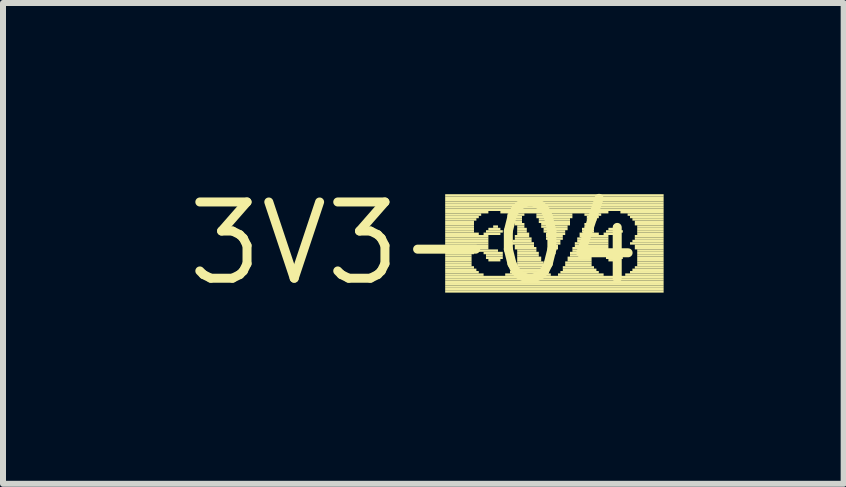
<source format=kicad_pcb>
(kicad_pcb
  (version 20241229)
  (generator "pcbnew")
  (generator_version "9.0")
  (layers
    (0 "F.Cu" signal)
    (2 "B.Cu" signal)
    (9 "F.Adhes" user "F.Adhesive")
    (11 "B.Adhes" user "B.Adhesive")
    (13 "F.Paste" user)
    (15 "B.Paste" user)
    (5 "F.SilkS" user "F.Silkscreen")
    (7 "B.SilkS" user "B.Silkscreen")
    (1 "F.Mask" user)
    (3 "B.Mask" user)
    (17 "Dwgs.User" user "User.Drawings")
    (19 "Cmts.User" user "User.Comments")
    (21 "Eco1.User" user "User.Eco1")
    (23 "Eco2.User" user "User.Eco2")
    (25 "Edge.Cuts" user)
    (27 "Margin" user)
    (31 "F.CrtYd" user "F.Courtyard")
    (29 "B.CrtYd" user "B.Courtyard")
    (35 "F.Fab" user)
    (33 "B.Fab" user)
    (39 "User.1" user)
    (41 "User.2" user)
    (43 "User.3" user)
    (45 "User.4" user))
  (footprint "3V3-04"
    (layer "F.Cu")
    (at 3.848 1.006)
    (property "Reference" "3V3-04" (at 0 0 0) (layer "F.SilkS") (effects (font (size 1.27 1.27) (thickness 0.15))))
    (attr through_hole)
    (fp_poly (pts (xy 0.52 -0.78) (xy 4.16 -0.78) (xy 4.16 -0.82) (xy 0.52 -0.82)) (stroke (width 0) (type solid)) (fill yes) (layer "F.SilkS"))
    (fp_poly (pts (xy 0.52 -0.74) (xy 4.16 -0.74) (xy 4.16 -0.78) (xy 0.52 -0.78)) (stroke (width 0) (type solid)) (fill yes) (layer "F.SilkS"))
    (fp_poly (pts (xy 0.52 -0.7) (xy 4.16 -0.7) (xy 4.16 -0.74) (xy 0.52 -0.74)) (stroke (width 0) (type solid)) (fill yes) (layer "F.SilkS"))
    (fp_poly (pts (xy 0.52 -0.66) (xy 4.16 -0.66) (xy 4.16 -0.7) (xy 0.52 -0.7)) (stroke (width 0) (type solid)) (fill yes) (layer "F.SilkS"))
    (fp_poly (pts (xy 0.52 -0.62) (xy 4.16 -0.62) (xy 4.16 -0.66) (xy 0.52 -0.66)) (stroke (width 0) (type solid)) (fill yes) (layer "F.SilkS"))
    (fp_poly (pts (xy 0.52 -0.58) (xy 4.16 -0.58) (xy 4.16 -0.62) (xy 0.52 -0.62)) (stroke (width 0) (type solid)) (fill yes) (layer "F.SilkS"))
    (fp_poly (pts (xy 0.52 -0.54) (xy 4.16 -0.54) (xy 4.16 -0.58) (xy 0.52 -0.58)) (stroke (width 0) (type solid)) (fill yes) (layer "F.SilkS"))
    (fp_poly (pts (xy 0.52 -0.5) (xy 1.24 -0.5) (xy 1.24 -0.54) (xy 0.52 -0.54)) (stroke (width 0) (type solid)) (fill yes) (layer "F.SilkS"))
    (fp_poly (pts (xy 0.52 -0.46) (xy 1.12 -0.46) (xy 1.12 -0.5) (xy 0.52 -0.5)) (stroke (width 0) (type solid)) (fill yes) (layer "F.SilkS"))
    (fp_poly (pts (xy 0.52 -0.42) (xy 1.08 -0.42) (xy 1.08 -0.46) (xy 0.52 -0.46)) (stroke (width 0) (type solid)) (fill yes) (layer "F.SilkS"))
    (fp_poly (pts (xy 0.52 -0.38) (xy 1.04 -0.38) (xy 1.04 -0.42) (xy 0.52 -0.42)) (stroke (width 0) (type solid)) (fill yes) (layer "F.SilkS"))
    (fp_poly (pts (xy 0.52 -0.34) (xy 1 -0.34) (xy 1 -0.38) (xy 0.52 -0.38)) (stroke (width 0) (type solid)) (fill yes) (layer "F.SilkS"))
    (fp_poly (pts (xy 0.52 -0.3) (xy 1 -0.3) (xy 1 -0.34) (xy 0.52 -0.34)) (stroke (width 0) (type solid)) (fill yes) (layer "F.SilkS"))
    (fp_poly (pts (xy 0.52 -0.26) (xy 1 -0.26) (xy 1 -0.3) (xy 0.52 -0.3)) (stroke (width 0) (type solid)) (fill yes) (layer "F.SilkS"))
    (fp_poly (pts (xy 0.52 -0.22) (xy 1 -0.22) (xy 1 -0.26) (xy 0.52 -0.26)) (stroke (width 0) (type solid)) (fill yes) (layer "F.SilkS"))
    (fp_poly (pts (xy 0.52 -0.18) (xy 1 -0.18) (xy 1 -0.22) (xy 0.52 -0.22)) (stroke (width 0) (type solid)) (fill yes) (layer "F.SilkS"))
    (fp_poly (pts (xy 0.52 -0.14) (xy 1.08 -0.14) (xy 1.08 -0.18) (xy 0.52 -0.18)) (stroke (width 0) (type solid)) (fill yes) (layer "F.SilkS"))
    (fp_poly (pts (xy 0.52 -0.1) (xy 1.24 -0.1) (xy 1.24 -0.14) (xy 0.52 -0.14)) (stroke (width 0) (type solid)) (fill yes) (layer "F.SilkS"))
    (fp_poly (pts (xy 0.52 -0.06) (xy 1.24 -0.06) (xy 1.24 -0.1) (xy 0.52 -0.1)) (stroke (width 0) (type solid)) (fill yes) (layer "F.SilkS"))
    (fp_poly (pts (xy 0.52 -0.02) (xy 1.24 -0.02) (xy 1.24 -0.06) (xy 0.52 -0.06)) (stroke (width 0) (type solid)) (fill yes) (layer "F.SilkS"))
    (fp_poly (pts (xy 0.52 0.02) (xy 1.24 0.02) (xy 1.24 -0.02) (xy 0.52 -0.02)) (stroke (width 0) (type solid)) (fill yes) (layer "F.SilkS"))
    (fp_poly (pts (xy 0.52 0.06) (xy 1.24 0.06) (xy 1.24 0.02) (xy 0.52 0.02)) (stroke (width 0) (type solid)) (fill yes) (layer "F.SilkS"))
    (fp_poly (pts (xy 0.52 0.1) (xy 1.24 0.1) (xy 1.24 0.06) (xy 0.52 0.06)) (stroke (width 0) (type solid)) (fill yes) (layer "F.SilkS"))
    (fp_poly (pts (xy 0.52 0.14) (xy 1.4 0.14) (xy 1.4 0.1) (xy 0.52 0.1)) (stroke (width 0) (type solid)) (fill yes) (layer "F.SilkS"))
    (fp_poly (pts (xy 0.52 0.18) (xy 1 0.18) (xy 1 0.14) (xy 0.52 0.14)) (stroke (width 0) (type solid)) (fill yes) (layer "F.SilkS"))
    (fp_poly (pts (xy 0.52 0.22) (xy 0.96 0.22) (xy 0.96 0.18) (xy 0.52 0.18)) (stroke (width 0) (type solid)) (fill yes) (layer "F.SilkS"))
    (fp_poly (pts (xy 0.52 0.26) (xy 0.96 0.26) (xy 0.96 0.22) (xy 0.52 0.22)) (stroke (width 0) (type solid)) (fill yes) (layer "F.SilkS"))
    (fp_poly (pts (xy 0.52 0.3) (xy 0.96 0.3) (xy 0.96 0.26) (xy 0.52 0.26)) (stroke (width 0) (type solid)) (fill yes) (layer "F.SilkS"))
    (fp_poly (pts (xy 0.52 0.34) (xy 0.96 0.34) (xy 0.96 0.3) (xy 0.52 0.3)) (stroke (width 0) (type solid)) (fill yes) (layer "F.SilkS"))
    (fp_poly (pts (xy 0.52 0.38) (xy 0.96 0.38) (xy 0.96 0.34) (xy 0.52 0.34)) (stroke (width 0) (type solid)) (fill yes) (layer "F.SilkS"))
    (fp_poly (pts (xy 0.52 0.42) (xy 1 0.42) (xy 1 0.38) (xy 0.52 0.38)) (stroke (width 0) (type solid)) (fill yes) (layer "F.SilkS"))
    (fp_poly (pts (xy 0.52 0.46) (xy 1.04 0.46) (xy 1.04 0.42) (xy 0.52 0.42)) (stroke (width 0) (type solid)) (fill yes) (layer "F.SilkS"))
    (fp_poly (pts (xy 0.52 0.5) (xy 1.08 0.5) (xy 1.08 0.46) (xy 0.52 0.46)) (stroke (width 0) (type solid)) (fill yes) (layer "F.SilkS"))
    (fp_poly (pts (xy 0.52 0.54) (xy 1.16 0.54) (xy 1.16 0.5) (xy 0.52 0.5)) (stroke (width 0) (type solid)) (fill yes) (layer "F.SilkS"))
    (fp_poly (pts (xy 0.52 0.58) (xy 4.16 0.58) (xy 4.16 0.54) (xy 0.52 0.54)) (stroke (width 0) (type solid)) (fill yes) (layer "F.SilkS"))
    (fp_poly (pts (xy 0.52 0.62) (xy 4.16 0.62) (xy 4.16 0.58) (xy 0.52 0.58)) (stroke (width 0) (type solid)) (fill yes) (layer "F.SilkS"))
    (fp_poly (pts (xy 0.52 0.66) (xy 4.16 0.66) (xy 4.16 0.62) (xy 0.52 0.62)) (stroke (width 0) (type solid)) (fill yes) (layer "F.SilkS"))
    (fp_poly (pts (xy 0.52 0.7) (xy 4.16 0.7) (xy 4.16 0.66) (xy 0.52 0.66)) (stroke (width 0) (type solid)) (fill yes) (layer "F.SilkS"))
    (fp_poly (pts (xy 0.52 0.74) (xy 4.16 0.74) (xy 4.16 0.7) (xy 0.52 0.7)) (stroke (width 0) (type solid)) (fill yes) (layer "F.SilkS"))
    (fp_poly (pts (xy 0.52 0.78) (xy 4.16 0.78) (xy 4.16 0.74) (xy 0.52 0.74)) (stroke (width 0) (type solid)) (fill yes) (layer "F.SilkS"))
    (fp_poly (pts (xy 0.52 0.82) (xy 4.16 0.82) (xy 4.16 0.78) (xy 0.52 0.78)) (stroke (width 0) (type solid)) (fill yes) (layer "F.SilkS"))
    (fp_poly (pts (xy 1.16 -0.14) (xy 1.44 -0.14) (xy 1.44 -0.18) (xy 1.16 -0.18)) (stroke (width 0) (type solid)) (fill yes) (layer "F.SilkS"))
    (fp_poly (pts (xy 1.16 0.18) (xy 1.48 0.18) (xy 1.48 0.14) (xy 1.16 0.14)) (stroke (width 0) (type solid)) (fill yes) (layer "F.SilkS"))
    (fp_poly (pts (xy 1.2 -0.18) (xy 1.48 -0.18) (xy 1.48 -0.22) (xy 1.2 -0.22)) (stroke (width 0) (type solid)) (fill yes) (layer "F.SilkS"))
    (fp_poly (pts (xy 1.2 0.22) (xy 1.48 0.22) (xy 1.48 0.18) (xy 1.2 0.18)) (stroke (width 0) (type solid)) (fill yes) (layer "F.SilkS"))
    (fp_poly (pts (xy 1.2 0.26) (xy 1.48 0.26) (xy 1.48 0.22) (xy 1.2 0.22)) (stroke (width 0) (type solid)) (fill yes) (layer "F.SilkS"))
    (fp_poly (pts (xy 1.24 -0.22) (xy 1.44 -0.22) (xy 1.44 -0.26) (xy 1.24 -0.26)) (stroke (width 0) (type solid)) (fill yes) (layer "F.SilkS"))
    (fp_poly (pts (xy 1.24 0.3) (xy 1.44 0.3) (xy 1.44 0.26) (xy 1.24 0.26)) (stroke (width 0) (type solid)) (fill yes) (layer "F.SilkS"))
    (fp_poly (pts (xy 1.32 -0.26) (xy 1.4 -0.26) (xy 1.4 -0.3) (xy 1.32 -0.3)) (stroke (width 0) (type solid)) (fill yes) (layer "F.SilkS"))
    (fp_poly (pts (xy 1.44 -0.5) (xy 3.24 -0.5) (xy 3.24 -0.54) (xy 1.44 -0.54)) (stroke (width 0) (type solid)) (fill yes) (layer "F.SilkS"))
    (fp_poly (pts (xy 1.52 0.54) (xy 2.28 0.54) (xy 2.28 0.5) (xy 1.52 0.5)) (stroke (width 0) (type solid)) (fill yes) (layer "F.SilkS"))
    (fp_poly (pts (xy 1.56 -0.46) (xy 1.84 -0.46) (xy 1.84 -0.5) (xy 1.56 -0.5)) (stroke (width 0) (type solid)) (fill yes) (layer "F.SilkS"))
    (fp_poly (pts (xy 1.6 -0.42) (xy 1.8 -0.42) (xy 1.8 -0.46) (xy 1.6 -0.46)) (stroke (width 0) (type solid)) (fill yes) (layer "F.SilkS"))
    (fp_poly (pts (xy 1.6 0.02) (xy 2 0.02) (xy 2 -0.02) (xy 1.6 -0.02)) (stroke (width 0) (type solid)) (fill yes) (layer "F.SilkS"))
    (fp_poly (pts (xy 1.6 0.5) (xy 2.24 0.5) (xy 2.24 0.46) (xy 1.6 0.46)) (stroke (width 0) (type solid)) (fill yes) (layer "F.SilkS"))
    (fp_poly (pts (xy 1.64 -0.38) (xy 1.8 -0.38) (xy 1.8 -0.42) (xy 1.64 -0.42)) (stroke (width 0) (type solid)) (fill yes) (layer "F.SilkS"))
    (fp_poly (pts (xy 1.64 -0.02) (xy 1.96 -0.02) (xy 1.96 -0.06) (xy 1.64 -0.06)) (stroke (width 0) (type solid)) (fill yes) (layer "F.SilkS"))
    (fp_poly (pts (xy 1.64 0.46) (xy 2.2 0.46) (xy 2.2 0.42) (xy 1.64 0.42)) (stroke (width 0) (type solid)) (fill yes) (layer "F.SilkS"))
    (fp_poly (pts (xy 1.68 -0.34) (xy 1.8 -0.34) (xy 1.8 -0.38) (xy 1.68 -0.38)) (stroke (width 0) (type solid)) (fill yes) (layer "F.SilkS"))
    (fp_poly (pts (xy 1.68 -0.3) (xy 1.84 -0.3) (xy 1.84 -0.34) (xy 1.68 -0.34)) (stroke (width 0) (type solid)) (fill yes) (layer "F.SilkS"))
    (fp_poly (pts (xy 1.68 -0.1) (xy 1.92 -0.1) (xy 1.92 -0.14) (xy 1.68 -0.14)) (stroke (width 0) (type solid)) (fill yes) (layer "F.SilkS"))
    (fp_poly (pts (xy 1.68 -0.06) (xy 1.96 -0.06) (xy 1.96 -0.1) (xy 1.68 -0.1)) (stroke (width 0) (type solid)) (fill yes) (layer "F.SilkS"))
    (fp_poly (pts (xy 1.68 0.06) (xy 2 0.06) (xy 2 0.02) (xy 1.68 0.02)) (stroke (width 0) (type solid)) (fill yes) (layer "F.SilkS"))
    (fp_poly (pts (xy 1.68 0.1) (xy 2.04 0.1) (xy 2.04 0.06) (xy 1.68 0.06)) (stroke (width 0) (type solid)) (fill yes) (layer "F.SilkS"))
    (fp_poly (pts (xy 1.68 0.42) (xy 2.2 0.42) (xy 2.2 0.38) (xy 1.68 0.38)) (stroke (width 0) (type solid)) (fill yes) (layer "F.SilkS"))
    (fp_poly (pts (xy 1.72 -0.26) (xy 1.84 -0.26) (xy 1.84 -0.3) (xy 1.72 -0.3)) (stroke (width 0) (type solid)) (fill yes) (layer "F.SilkS"))
    (fp_poly (pts (xy 1.72 -0.22) (xy 1.88 -0.22) (xy 1.88 -0.26) (xy 1.72 -0.26)) (stroke (width 0) (type solid)) (fill yes) (layer "F.SilkS"))
    (fp_poly (pts (xy 1.72 -0.18) (xy 1.88 -0.18) (xy 1.88 -0.22) (xy 1.72 -0.22)) (stroke (width 0) (type solid)) (fill yes) (layer "F.SilkS"))
    (fp_poly (pts (xy 1.72 -0.14) (xy 1.92 -0.14) (xy 1.92 -0.18) (xy 1.72 -0.18)) (stroke (width 0) (type solid)) (fill yes) (layer "F.SilkS"))
    (fp_poly (pts (xy 1.72 0.14) (xy 2.04 0.14) (xy 2.04 0.1) (xy 1.72 0.1)) (stroke (width 0) (type solid)) (fill yes) (layer "F.SilkS"))
    (fp_poly (pts (xy 1.72 0.18) (xy 2.08 0.18) (xy 2.08 0.14) (xy 1.72 0.14)) (stroke (width 0) (type solid)) (fill yes) (layer "F.SilkS"))
    (fp_poly (pts (xy 1.72 0.22) (xy 2.08 0.22) (xy 2.08 0.18) (xy 1.72 0.18)) (stroke (width 0) (type solid)) (fill yes) (layer "F.SilkS"))
    (fp_poly (pts (xy 1.72 0.26) (xy 2.12 0.26) (xy 2.12 0.22) (xy 1.72 0.22)) (stroke (width 0) (type solid)) (fill yes) (layer "F.SilkS"))
    (fp_poly (pts (xy 1.72 0.3) (xy 2.12 0.3) (xy 2.12 0.26) (xy 1.72 0.26)) (stroke (width 0) (type solid)) (fill yes) (layer "F.SilkS"))
    (fp_poly (pts (xy 1.72 0.34) (xy 2.16 0.34) (xy 2.16 0.3) (xy 1.72 0.3)) (stroke (width 0) (type solid)) (fill yes) (layer "F.SilkS"))
    (fp_poly (pts (xy 1.72 0.38) (xy 2.16 0.38) (xy 2.16 0.34) (xy 1.72 0.34)) (stroke (width 0) (type solid)) (fill yes) (layer "F.SilkS"))
    (fp_poly (pts (xy 2.04 -0.46) (xy 2.64 -0.46) (xy 2.64 -0.5) (xy 2.04 -0.5)) (stroke (width 0) (type solid)) (fill yes) (layer "F.SilkS"))
    (fp_poly (pts (xy 2.04 -0.42) (xy 2.64 -0.42) (xy 2.64 -0.46) (xy 2.04 -0.46)) (stroke (width 0) (type solid)) (fill yes) (layer "F.SilkS"))
    (fp_poly (pts (xy 2.08 -0.38) (xy 2.6 -0.38) (xy 2.6 -0.42) (xy 2.08 -0.42)) (stroke (width 0) (type solid)) (fill yes) (layer "F.SilkS"))
    (fp_poly (pts (xy 2.08 -0.34) (xy 2.6 -0.34) (xy 2.6 -0.38) (xy 2.08 -0.38)) (stroke (width 0) (type solid)) (fill yes) (layer "F.SilkS"))
    (fp_poly (pts (xy 2.12 -0.3) (xy 2.6 -0.3) (xy 2.6 -0.34) (xy 2.12 -0.34)) (stroke (width 0) (type solid)) (fill yes) (layer "F.SilkS"))
    (fp_poly (pts (xy 2.12 -0.26) (xy 2.56 -0.26) (xy 2.56 -0.3) (xy 2.12 -0.3)) (stroke (width 0) (type solid)) (fill yes) (layer "F.SilkS"))
    (fp_poly (pts (xy 2.16 -0.22) (xy 2.56 -0.22) (xy 2.56 -0.26) (xy 2.16 -0.26)) (stroke (width 0) (type solid)) (fill yes) (layer "F.SilkS"))
    (fp_poly (pts (xy 2.16 -0.18) (xy 2.52 -0.18) (xy 2.52 -0.22) (xy 2.16 -0.22)) (stroke (width 0) (type solid)) (fill yes) (layer "F.SilkS"))
    (fp_poly (pts (xy 2.2 -0.14) (xy 2.52 -0.14) (xy 2.52 -0.18) (xy 2.2 -0.18)) (stroke (width 0) (type solid)) (fill yes) (layer "F.SilkS"))
    (fp_poly (pts (xy 2.2 -0.1) (xy 2.48 -0.1) (xy 2.48 -0.14) (xy 2.2 -0.14)) (stroke (width 0) (type solid)) (fill yes) (layer "F.SilkS"))
    (fp_poly (pts (xy 2.2 -0.06) (xy 2.48 -0.06) (xy 2.48 -0.1) (xy 2.2 -0.1)) (stroke (width 0) (type solid)) (fill yes) (layer "F.SilkS"))
    (fp_poly (pts (xy 2.24 -0.02) (xy 2.44 -0.02) (xy 2.44 -0.06) (xy 2.24 -0.06)) (stroke (width 0) (type solid)) (fill yes) (layer "F.SilkS"))
    (fp_poly (pts (xy 2.24 0.02) (xy 2.44 0.02) (xy 2.44 -0.02) (xy 2.24 -0.02)) (stroke (width 0) (type solid)) (fill yes) (layer "F.SilkS"))
    (fp_poly (pts (xy 2.28 0.06) (xy 2.4 0.06) (xy 2.4 0.02) (xy 2.28 0.02)) (stroke (width 0) (type solid)) (fill yes) (layer "F.SilkS"))
    (fp_poly (pts (xy 2.28 0.1) (xy 2.4 0.1) (xy 2.4 0.06) (xy 2.28 0.06)) (stroke (width 0) (type solid)) (fill yes) (layer "F.SilkS"))
    (fp_poly (pts (xy 2.32 0.14) (xy 2.36 0.14) (xy 2.36 0.1) (xy 2.32 0.1)) (stroke (width 0) (type solid)) (fill yes) (layer "F.SilkS"))
    (fp_poly (pts (xy 2.32 0.18) (xy 2.36 0.18) (xy 2.36 0.14) (xy 2.32 0.14)) (stroke (width 0) (type solid)) (fill yes) (layer "F.SilkS"))
    (fp_poly (pts (xy 2.4 0.54) (xy 3.16 0.54) (xy 3.16 0.5) (xy 2.4 0.5)) (stroke (width 0) (type solid)) (fill yes) (layer "F.SilkS"))
    (fp_poly (pts (xy 2.44 0.5) (xy 3.08 0.5) (xy 3.08 0.46) (xy 2.44 0.46)) (stroke (width 0) (type solid)) (fill yes) (layer "F.SilkS"))
    (fp_poly (pts (xy 2.48 0.42) (xy 3 0.42) (xy 3 0.38) (xy 2.48 0.38)) (stroke (width 0) (type solid)) (fill yes) (layer "F.SilkS"))
    (fp_poly (pts (xy 2.48 0.46) (xy 3.04 0.46) (xy 3.04 0.42) (xy 2.48 0.42)) (stroke (width 0) (type solid)) (fill yes) (layer "F.SilkS"))
    (fp_poly (pts (xy 2.52 0.34) (xy 2.96 0.34) (xy 2.96 0.3) (xy 2.52 0.3)) (stroke (width 0) (type solid)) (fill yes) (layer "F.SilkS"))
    (fp_poly (pts (xy 2.52 0.38) (xy 2.96 0.38) (xy 2.96 0.34) (xy 2.52 0.34)) (stroke (width 0) (type solid)) (fill yes) (layer "F.SilkS"))
    (fp_poly (pts (xy 2.56 0.26) (xy 2.96 0.26) (xy 2.96 0.22) (xy 2.56 0.22)) (stroke (width 0) (type solid)) (fill yes) (layer "F.SilkS"))
    (fp_poly (pts (xy 2.56 0.3) (xy 2.96 0.3) (xy 2.96 0.26) (xy 2.56 0.26)) (stroke (width 0) (type solid)) (fill yes) (layer "F.SilkS"))
    (fp_poly (pts (xy 2.6 0.18) (xy 3 0.18) (xy 3 0.14) (xy 2.6 0.14)) (stroke (width 0) (type solid)) (fill yes) (layer "F.SilkS"))
    (fp_poly (pts (xy 2.6 0.22) (xy 2.96 0.22) (xy 2.96 0.18) (xy 2.6 0.18)) (stroke (width 0) (type solid)) (fill yes) (layer "F.SilkS"))
    (fp_poly (pts (xy 2.64 0.1) (xy 3.24 0.1) (xy 3.24 0.06) (xy 2.64 0.06)) (stroke (width 0) (type solid)) (fill yes) (layer "F.SilkS"))
    (fp_poly (pts (xy 2.64 0.14) (xy 3.4 0.14) (xy 3.4 0.1) (xy 2.64 0.1)) (stroke (width 0) (type solid)) (fill yes) (layer "F.SilkS"))
    (fp_poly (pts (xy 2.68 0.02) (xy 3.24 0.02) (xy 3.24 -0.02) (xy 2.68 -0.02)) (stroke (width 0) (type solid)) (fill yes) (layer "F.SilkS"))
    (fp_poly (pts (xy 2.68 0.06) (xy 3.24 0.06) (xy 3.24 0.02) (xy 2.68 0.02)) (stroke (width 0) (type solid)) (fill yes) (layer "F.SilkS"))
    (fp_poly (pts (xy 2.72 -0.06) (xy 3.24 -0.06) (xy 3.24 -0.1) (xy 2.72 -0.1)) (stroke (width 0) (type solid)) (fill yes) (layer "F.SilkS"))
    (fp_poly (pts (xy 2.72 -0.02) (xy 3.24 -0.02) (xy 3.24 -0.06) (xy 2.72 -0.06)) (stroke (width 0) (type solid)) (fill yes) (layer "F.SilkS"))
    (fp_poly (pts (xy 2.76 -0.14) (xy 3.08 -0.14) (xy 3.08 -0.18) (xy 2.76 -0.18)) (stroke (width 0) (type solid)) (fill yes) (layer "F.SilkS"))
    (fp_poly (pts (xy 2.76 -0.1) (xy 3.24 -0.1) (xy 3.24 -0.14) (xy 2.76 -0.14)) (stroke (width 0) (type solid)) (fill yes) (layer "F.SilkS"))
    (fp_poly (pts (xy 2.8 -0.22) (xy 3 -0.22) (xy 3 -0.26) (xy 2.8 -0.26)) (stroke (width 0) (type solid)) (fill yes) (layer "F.SilkS"))
    (fp_poly (pts (xy 2.8 -0.18) (xy 3 -0.18) (xy 3 -0.22) (xy 2.8 -0.22)) (stroke (width 0) (type solid)) (fill yes) (layer "F.SilkS"))
    (fp_poly (pts (xy 2.84 -0.46) (xy 3.12 -0.46) (xy 3.12 -0.5) (xy 2.84 -0.5)) (stroke (width 0) (type solid)) (fill yes) (layer "F.SilkS"))
    (fp_poly (pts (xy 2.84 -0.3) (xy 3 -0.3) (xy 3 -0.34) (xy 2.84 -0.34)) (stroke (width 0) (type solid)) (fill yes) (layer "F.SilkS"))
    (fp_poly (pts (xy 2.84 -0.26) (xy 3 -0.26) (xy 3 -0.3) (xy 2.84 -0.3)) (stroke (width 0) (type solid)) (fill yes) (layer "F.SilkS"))
    (fp_poly (pts (xy 2.88 -0.42) (xy 3.08 -0.42) (xy 3.08 -0.46) (xy 2.88 -0.46)) (stroke (width 0) (type solid)) (fill yes) (layer "F.SilkS"))
    (fp_poly (pts (xy 2.88 -0.38) (xy 3.04 -0.38) (xy 3.04 -0.42) (xy 2.88 -0.42)) (stroke (width 0) (type solid)) (fill yes) (layer "F.SilkS"))
    (fp_poly (pts (xy 2.88 -0.34) (xy 3 -0.34) (xy 3 -0.38) (xy 2.88 -0.38)) (stroke (width 0) (type solid)) (fill yes) (layer "F.SilkS"))
    (fp_poly (pts (xy 3.16 -0.14) (xy 3.44 -0.14) (xy 3.44 -0.18) (xy 3.16 -0.18)) (stroke (width 0) (type solid)) (fill yes) (layer "F.SilkS"))
    (fp_poly (pts (xy 3.16 0.18) (xy 3.48 0.18) (xy 3.48 0.14) (xy 3.16 0.14)) (stroke (width 0) (type solid)) (fill yes) (layer "F.SilkS"))
    (fp_poly (pts (xy 3.2 -0.18) (xy 3.48 -0.18) (xy 3.48 -0.22) (xy 3.2 -0.22)) (stroke (width 0) (type solid)) (fill yes) (layer "F.SilkS"))
    (fp_poly (pts (xy 3.2 0.22) (xy 3.48 0.22) (xy 3.48 0.18) (xy 3.2 0.18)) (stroke (width 0) (type solid)) (fill yes) (layer "F.SilkS"))
    (fp_poly (pts (xy 3.2 0.26) (xy 3.48 0.26) (xy 3.48 0.22) (xy 3.2 0.22)) (stroke (width 0) (type solid)) (fill yes) (layer "F.SilkS"))
    (fp_poly (pts (xy 3.24 -0.22) (xy 3.44 -0.22) (xy 3.44 -0.26) (xy 3.24 -0.26)) (stroke (width 0) (type solid)) (fill yes) (layer "F.SilkS"))
    (fp_poly (pts (xy 3.24 0.3) (xy 3.44 0.3) (xy 3.44 0.26) (xy 3.24 0.26)) (stroke (width 0) (type solid)) (fill yes) (layer "F.SilkS"))
    (fp_poly (pts (xy 3.32 -0.26) (xy 3.4 -0.26) (xy 3.4 -0.3) (xy 3.32 -0.3)) (stroke (width 0) (type solid)) (fill yes) (layer "F.SilkS"))
    (fp_poly (pts (xy 3.44 -0.5) (xy 4.16 -0.5) (xy 4.16 -0.54) (xy 3.44 -0.54)) (stroke (width 0) (type solid)) (fill yes) (layer "F.SilkS"))
    (fp_poly (pts (xy 3.52 0.54) (xy 4.16 0.54) (xy 4.16 0.5) (xy 3.52 0.5)) (stroke (width 0) (type solid)) (fill yes) (layer "F.SilkS"))
    (fp_poly (pts (xy 3.56 -0.46) (xy 4.16 -0.46) (xy 4.16 -0.5) (xy 3.56 -0.5)) (stroke (width 0) (type solid)) (fill yes) (layer "F.SilkS"))
    (fp_poly (pts (xy 3.6 -0.42) (xy 4.16 -0.42) (xy 4.16 -0.46) (xy 3.6 -0.46)) (stroke (width 0) (type solid)) (fill yes) (layer "F.SilkS"))
    (fp_poly (pts (xy 3.6 0.02) (xy 4.16 0.02) (xy 4.16 -0.02) (xy 3.6 -0.02)) (stroke (width 0) (type solid)) (fill yes) (layer "F.SilkS"))
    (fp_poly (pts (xy 3.6 0.5) (xy 4.16 0.5) (xy 4.16 0.46) (xy 3.6 0.46)) (stroke (width 0) (type solid)) (fill yes) (layer "F.SilkS"))
    (fp_poly (pts (xy 3.64 -0.38) (xy 4.16 -0.38) (xy 4.16 -0.42) (xy 3.64 -0.42)) (stroke (width 0) (type solid)) (fill yes) (layer "F.SilkS"))
    (fp_poly (pts (xy 3.64 -0.02) (xy 4.16 -0.02) (xy 4.16 -0.06) (xy 3.64 -0.06)) (stroke (width 0) (type solid)) (fill yes) (layer "F.SilkS"))
    (fp_poly (pts (xy 3.64 0.46) (xy 4.16 0.46) (xy 4.16 0.42) (xy 3.64 0.42)) (stroke (width 0) (type solid)) (fill yes) (layer "F.SilkS"))
    (fp_poly (pts (xy 3.68 -0.34) (xy 4.16 -0.34) (xy 4.16 -0.38) (xy 3.68 -0.38)) (stroke (width 0) (type solid)) (fill yes) (layer "F.SilkS"))
    (fp_poly (pts (xy 3.68 -0.3) (xy 4.16 -0.3) (xy 4.16 -0.34) (xy 3.68 -0.34)) (stroke (width 0) (type solid)) (fill yes) (layer "F.SilkS"))
    (fp_poly (pts (xy 3.68 -0.1) (xy 4.16 -0.1) (xy 4.16 -0.14) (xy 3.68 -0.14)) (stroke (width 0) (type solid)) (fill yes) (layer "F.SilkS"))
    (fp_poly (pts (xy 3.68 -0.06) (xy 4.16 -0.06) (xy 4.16 -0.1) (xy 3.68 -0.1)) (stroke (width 0) (type solid)) (fill yes) (layer "F.SilkS"))
    (fp_poly (pts (xy 3.68 0.06) (xy 4.16 0.06) (xy 4.16 0.02) (xy 3.68 0.02)) (stroke (width 0) (type solid)) (fill yes) (layer "F.SilkS"))
    (fp_poly (pts (xy 3.68 0.1) (xy 4.16 0.1) (xy 4.16 0.06) (xy 3.68 0.06)) (stroke (width 0) (type solid)) (fill yes) (layer "F.SilkS"))
    (fp_poly (pts (xy 3.68 0.42) (xy 4.16 0.42) (xy 4.16 0.38) (xy 3.68 0.38)) (stroke (width 0) (type solid)) (fill yes) (layer "F.SilkS"))
    (fp_poly (pts (xy 3.72 -0.26) (xy 4.16 -0.26) (xy 4.16 -0.3) (xy 3.72 -0.3)) (stroke (width 0) (type solid)) (fill yes) (layer "F.SilkS"))
    (fp_poly (pts (xy 3.72 -0.22) (xy 4.16 -0.22) (xy 4.16 -0.26) (xy 3.72 -0.26)) (stroke (width 0) (type solid)) (fill yes) (layer "F.SilkS"))
    (fp_poly (pts (xy 3.72 -0.18) (xy 4.16 -0.18) (xy 4.16 -0.22) (xy 3.72 -0.22)) (stroke (width 0) (type solid)) (fill yes) (layer "F.SilkS"))
    (fp_poly (pts (xy 3.72 -0.14) (xy 4.16 -0.14) (xy 4.16 -0.18) (xy 3.72 -0.18)) (stroke (width 0) (type solid)) (fill yes) (layer "F.SilkS"))
    (fp_poly (pts (xy 3.72 0.14) (xy 4.16 0.14) (xy 4.16 0.1) (xy 3.72 0.1)) (stroke (width 0) (type solid)) (fill yes) (layer "F.SilkS"))
    (fp_poly (pts (xy 3.72 0.18) (xy 4.16 0.18) (xy 4.16 0.14) (xy 3.72 0.14)) (stroke (width 0) (type solid)) (fill yes) (layer "F.SilkS"))
    (fp_poly (pts (xy 3.72 0.22) (xy 4.16 0.22) (xy 4.16 0.18) (xy 3.72 0.18)) (stroke (width 0) (type solid)) (fill yes) (layer "F.SilkS"))
    (fp_poly (pts (xy 3.72 0.26) (xy 4.16 0.26) (xy 4.16 0.22) (xy 3.72 0.22)) (stroke (width 0) (type solid)) (fill yes) (layer "F.SilkS"))
    (fp_poly (pts (xy 3.72 0.3) (xy 4.16 0.3) (xy 4.16 0.26) (xy 3.72 0.26)) (stroke (width 0) (type solid)) (fill yes) (layer "F.SilkS"))
    (fp_poly (pts (xy 3.72 0.34) (xy 4.16 0.34) (xy 4.16 0.3) (xy 3.72 0.3)) (stroke (width 0) (type solid)) (fill yes) (layer "F.SilkS"))
    (fp_poly (pts (xy 3.72 0.38) (xy 4.16 0.38) (xy 4.16 0.34) (xy 3.72 0.34)) (stroke (width 0) (type solid)) (fill yes) (layer "F.SilkS")))
  (gr_rect
    (start -3 -3)
    (end 11.008 5.012)
    (stroke (width 0.1) (type default))
    (fill no)
    (layer "Edge.Cuts")))
</source>
